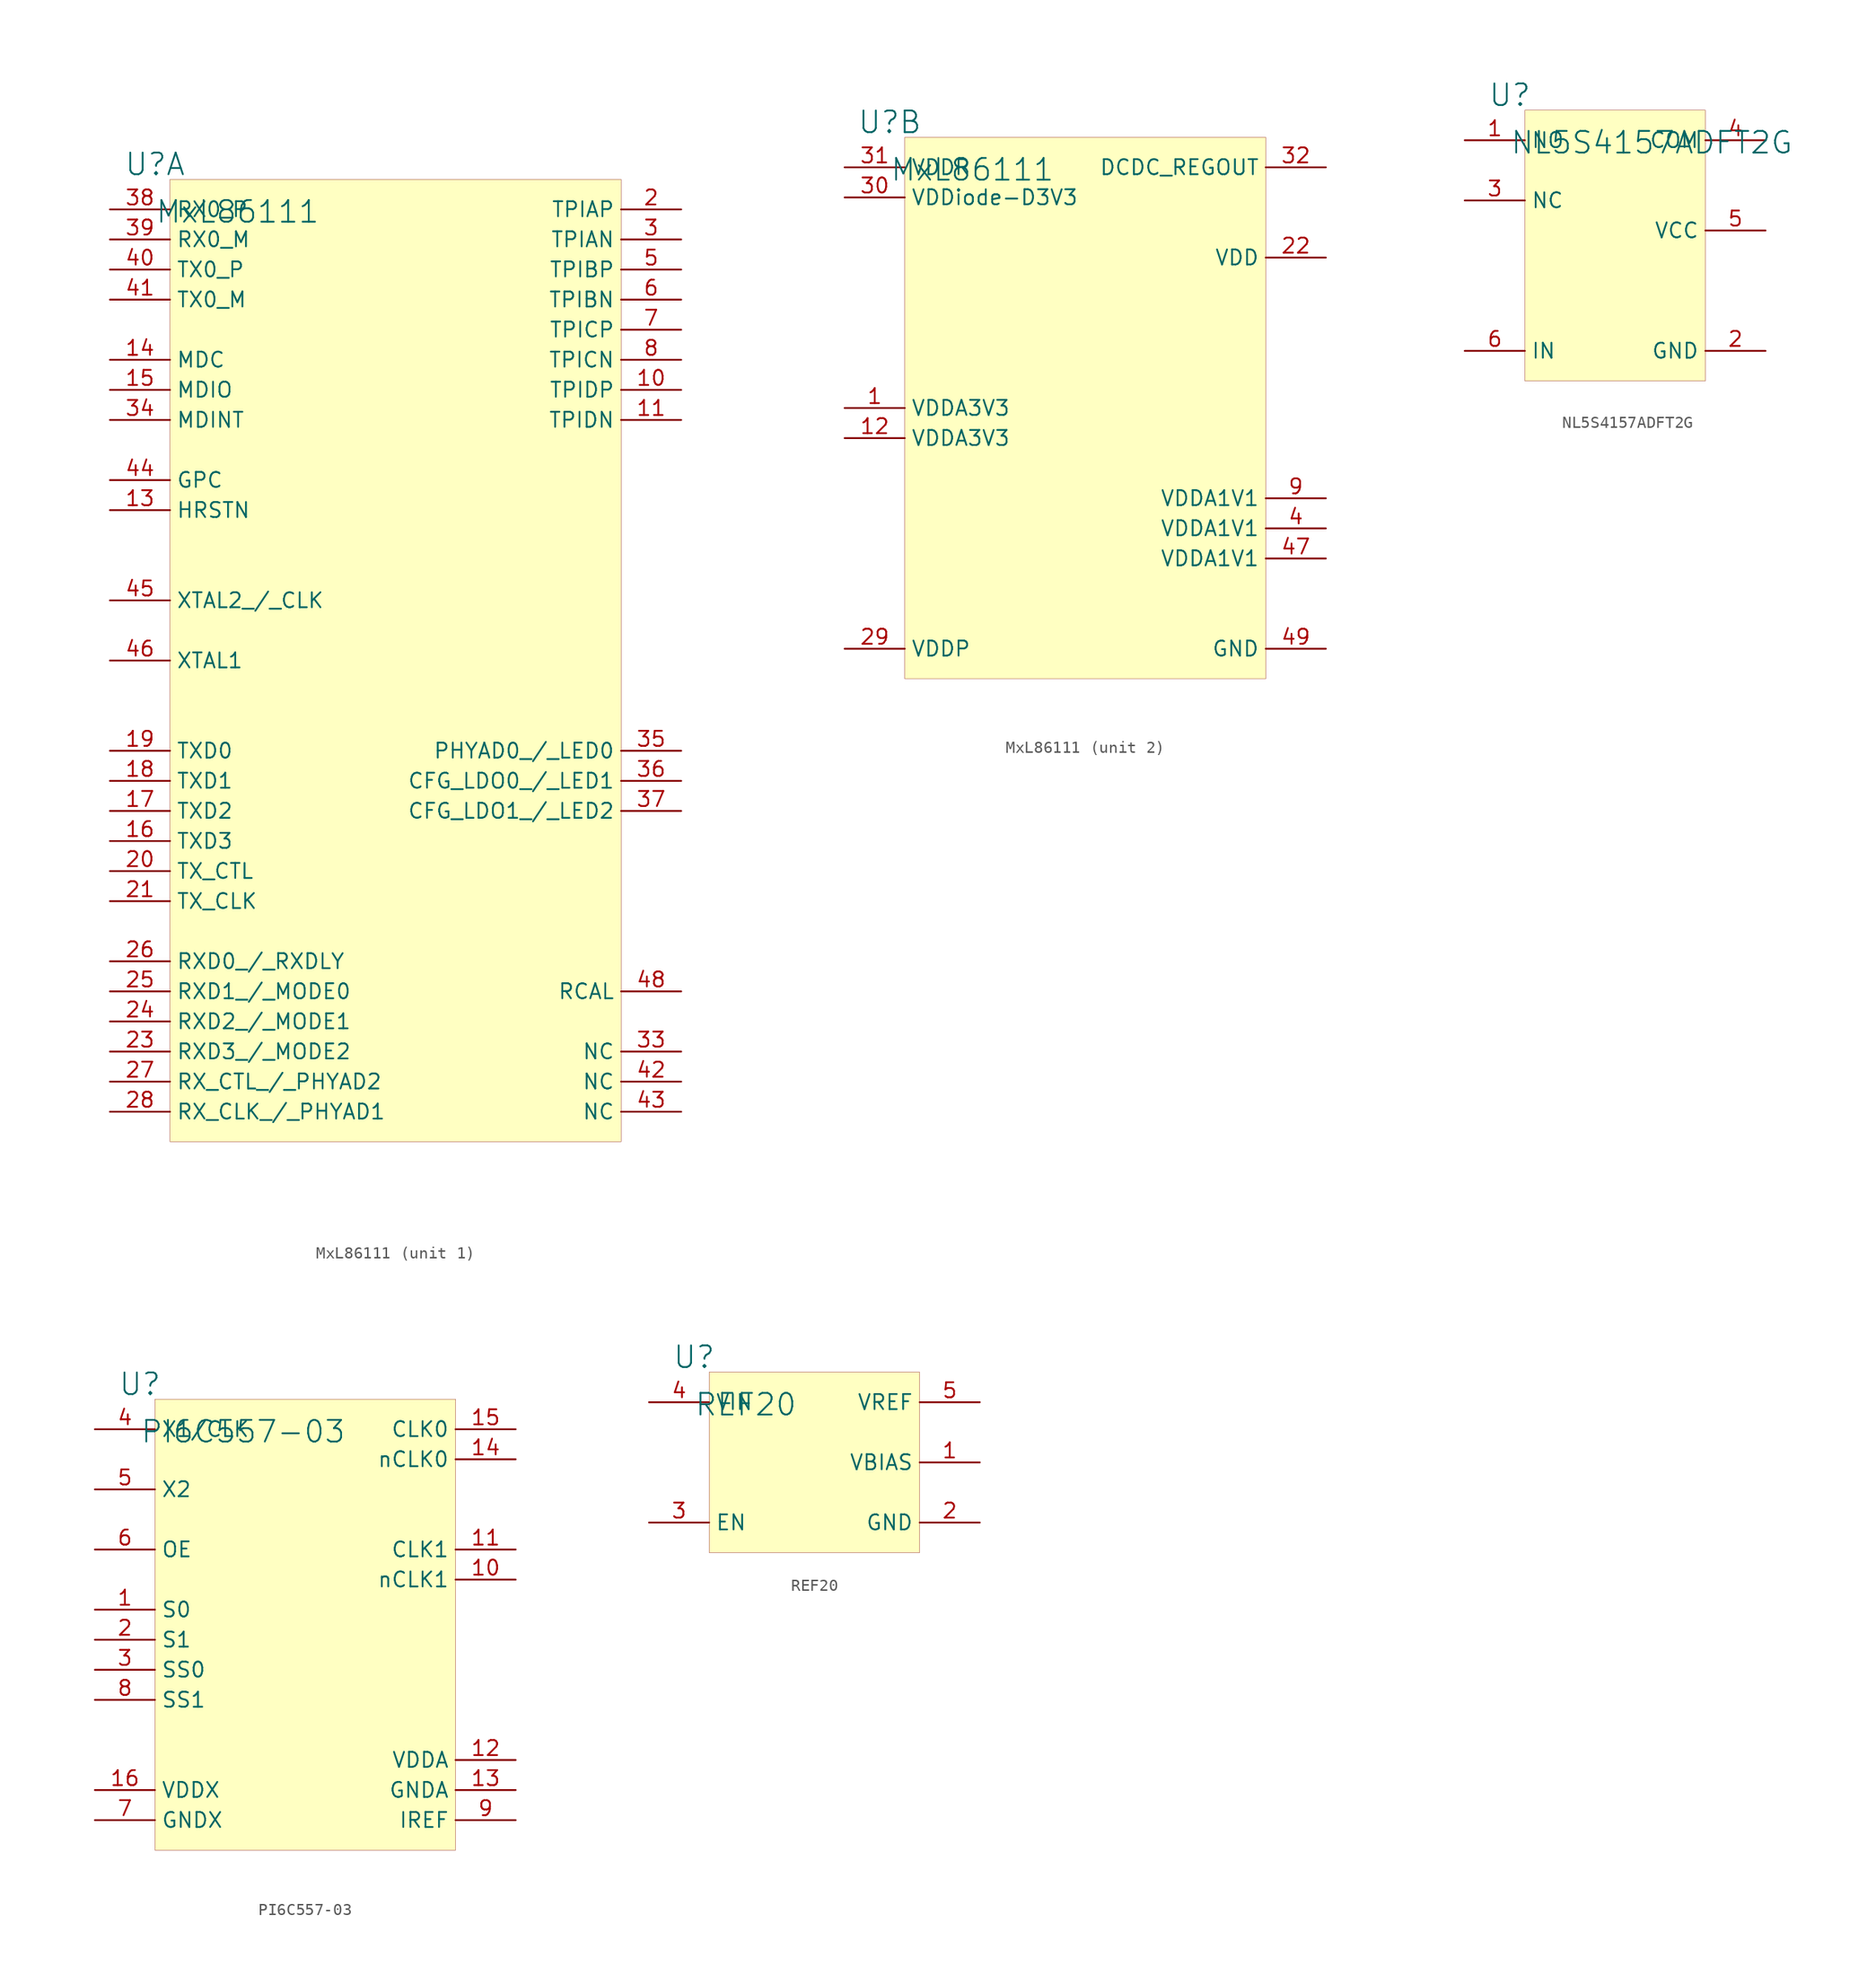
<source format=kicad_sym>
(kicad_symbol_lib
  (version 20231120)
  (generator "kicad_symbol_editor")
  (generator_version "8.0")
  (symbol "MxL86111"
    (property "Reference" "U"
      (at -1.27 1.27 0)
      (effects (font (size 1.829 1.829))))
    (property "Value" "MxL86111"
      (at -1.27 -3.81 0)
      (effects (font (size 1.829 1.829)) (justify left bottom)))
    (symbol "MxL86111_1_0"
      (rectangle (start 38.1 0) (end 0 -81.28) (stroke (width 0.025) (type solid) (color 128 0 0 1)) (fill (type background)))
      (pin passive line (at 43.18 -17.78 180) (length 5.08) (name "TPIDP" (effects (font (size 1.27 1.27)))) (number "10" (effects (font (size 1.27 1.27)))))
      (pin passive line (at 43.18 -20.32 180) (length 5.08) (name "TPIDN" (effects (font (size 1.27 1.27)))) (number "11" (effects (font (size 1.27 1.27)))))
      (pin passive line (at -5.08 -27.94 0) (length 5.08) (name "HRSTN" (effects (font (size 1.27 1.27)))) (number "13" (effects (font (size 1.27 1.27)))))
      (pin passive line (at -5.08 -15.24 0) (length 5.08) (name "MDC" (effects (font (size 1.27 1.27)))) (number "14" (effects (font (size 1.27 1.27)))))
      (pin passive line (at -5.08 -17.78 0) (length 5.08) (name "MDIO" (effects (font (size 1.27 1.27)))) (number "15" (effects (font (size 1.27 1.27)))))
      (pin passive line (at -5.08 -55.88 0) (length 5.08) (name "TXD3" (effects (font (size 1.27 1.27)))) (number "16" (effects (font (size 1.27 1.27)))))
      (pin passive line (at -5.08 -53.34 0) (length 5.08) (name "TXD2" (effects (font (size 1.27 1.27)))) (number "17" (effects (font (size 1.27 1.27)))))
      (pin passive line (at -5.08 -50.8 0) (length 5.08) (name "TXD1" (effects (font (size 1.27 1.27)))) (number "18" (effects (font (size 1.27 1.27)))))
      (pin passive line (at -5.08 -48.26 0) (length 5.08) (name "TXD0" (effects (font (size 1.27 1.27)))) (number "19" (effects (font (size 1.27 1.27)))))
      (pin passive line (at 43.18 -2.54 180) (length 5.08) (name "TPIAP" (effects (font (size 1.27 1.27)))) (number "2" (effects (font (size 1.27 1.27)))))
      (pin passive line (at -5.08 -58.42 0) (length 5.08) (name "TX_CTL" (effects (font (size 1.27 1.27)))) (number "20" (effects (font (size 1.27 1.27)))))
      (pin passive line (at -5.08 -60.96 0) (length 5.08) (name "TX_CLK" (effects (font (size 1.27 1.27)))) (number "21" (effects (font (size 1.27 1.27)))))
      (pin passive line (at -5.08 -73.66 0) (length 5.08) (name "RXD3_/_MODE2" (effects (font (size 1.27 1.27)))) (number "23" (effects (font (size 1.27 1.27)))))
      (pin passive line (at -5.08 -71.12 0) (length 5.08) (name "RXD2_/_MODE1" (effects (font (size 1.27 1.27)))) (number "24" (effects (font (size 1.27 1.27)))))
      (pin passive line (at -5.08 -68.58 0) (length 5.08) (name "RXD1_/_MODE0" (effects (font (size 1.27 1.27)))) (number "25" (effects (font (size 1.27 1.27)))))
      (pin passive line (at -5.08 -66.04 0) (length 5.08) (name "RXD0_/_RXDLY" (effects (font (size 1.27 1.27)))) (number "26" (effects (font (size 1.27 1.27)))))
      (pin passive line (at -5.08 -76.2 0) (length 5.08) (name "RX_CTL_/_PHYAD2" (effects (font (size 1.27 1.27)))) (number "27" (effects (font (size 1.27 1.27)))))
      (pin passive line (at -5.08 -78.74 0) (length 5.08) (name "RX_CLK_/_PHYAD1" (effects (font (size 1.27 1.27)))) (number "28" (effects (font (size 1.27 1.27)))))
      (pin passive line (at 43.18 -5.08 180) (length 5.08) (name "TPIAN" (effects (font (size 1.27 1.27)))) (number "3" (effects (font (size 1.27 1.27)))))
      (pin passive line (at 43.18 -73.66 180) (length 5.08) (name "NC" (effects (font (size 1.27 1.27)))) (number "33" (effects (font (size 1.27 1.27)))))
      (pin passive line (at -5.08 -20.32 0) (length 5.08) (name "MDINT" (effects (font (size 1.27 1.27)))) (number "34" (effects (font (size 1.27 1.27)))))
      (pin passive line (at 43.18 -48.26 180) (length 5.08) (name "PHYAD0_/_LED0" (effects (font (size 1.27 1.27)))) (number "35" (effects (font (size 1.27 1.27)))))
      (pin passive line (at 43.18 -50.8 180) (length 5.08) (name "CFG_LDO0_/_LED1" (effects (font (size 1.27 1.27)))) (number "36" (effects (font (size 1.27 1.27)))))
      (pin passive line (at 43.18 -53.34 180) (length 5.08) (name "CFG_LDO1_/_LED2" (effects (font (size 1.27 1.27)))) (number "37" (effects (font (size 1.27 1.27)))))
      (pin passive line (at -5.08 -2.54 0) (length 5.08) (name "RX0_P" (effects (font (size 1.27 1.27)))) (number "38" (effects (font (size 1.27 1.27)))))
      (pin passive line (at -5.08 -5.08 0) (length 5.08) (name "RX0_M" (effects (font (size 1.27 1.27)))) (number "39" (effects (font (size 1.27 1.27)))))
      (pin passive line (at -5.08 -7.62 0) (length 5.08) (name "TX0_P" (effects (font (size 1.27 1.27)))) (number "40" (effects (font (size 1.27 1.27)))))
      (pin passive line (at -5.08 -10.16 0) (length 5.08) (name "TX0_M" (effects (font (size 1.27 1.27)))) (number "41" (effects (font (size 1.27 1.27)))))
      (pin passive line (at 43.18 -76.2 180) (length 5.08) (name "NC" (effects (font (size 1.27 1.27)))) (number "42" (effects (font (size 1.27 1.27)))))
      (pin passive line (at 43.18 -78.74 180) (length 5.08) (name "NC" (effects (font (size 1.27 1.27)))) (number "43" (effects (font (size 1.27 1.27)))))
      (pin passive line (at -5.08 -25.4 0) (length 5.08) (name "GPC" (effects (font (size 1.27 1.27)))) (number "44" (effects (font (size 1.27 1.27)))))
      (pin passive line (at -5.08 -35.56 0) (length 5.08) (name "XTAL2_/_CLK" (effects (font (size 1.27 1.27)))) (number "45" (effects (font (size 1.27 1.27)))))
      (pin passive line (at -5.08 -40.64 0) (length 5.08) (name "XTAL1" (effects (font (size 1.27 1.27)))) (number "46" (effects (font (size 1.27 1.27)))))
      (pin passive line (at 43.18 -68.58 180) (length 5.08) (name "RCAL" (effects (font (size 1.27 1.27)))) (number "48" (effects (font (size 1.27 1.27)))))
      (pin passive line (at 43.18 -7.62 180) (length 5.08) (name "TPIBP" (effects (font (size 1.27 1.27)))) (number "5" (effects (font (size 1.27 1.27)))))
      (pin passive line (at 43.18 -10.16 180) (length 5.08) (name "TPIBN" (effects (font (size 1.27 1.27)))) (number "6" (effects (font (size 1.27 1.27)))))
      (pin passive line (at 43.18 -12.7 180) (length 5.08) (name "TPICP" (effects (font (size 1.27 1.27)))) (number "7" (effects (font (size 1.27 1.27)))))
      (pin passive line (at 43.18 -15.24 180) (length 5.08) (name "TPICN" (effects (font (size 1.27 1.27)))) (number "8" (effects (font (size 1.27 1.27))))))
    (symbol "MxL86111_2_0"
      (rectangle (start 30.48 0) (end 0 -45.72) (stroke (width 0.025) (type solid) (color 128 0 0 1)) (fill (type background)))
      (pin passive line (at -5.08 -22.86 0) (length 5.08) (name "VDDA3V3" (effects (font (size 1.27 1.27)))) (number "1" (effects (font (size 1.27 1.27)))))
      (pin passive line (at -5.08 -25.4 0) (length 5.08) (name "VDDA3V3" (effects (font (size 1.27 1.27)))) (number "12" (effects (font (size 1.27 1.27)))))
      (pin passive line (at 35.56 -10.16 180) (length 5.08) (name "VDD" (effects (font (size 1.27 1.27)))) (number "22" (effects (font (size 1.27 1.27)))))
      (pin passive line (at -5.08 -43.18 0) (length 5.08) (name "VDDP" (effects (font (size 1.27 1.27)))) (number "29" (effects (font (size 1.27 1.27)))))
      (pin passive line (at -5.08 -5.08 0) (length 5.08) (name "VDDiode-D3V3" (effects (font (size 1.27 1.27)))) (number "30" (effects (font (size 1.27 1.27)))))
      (pin passive line (at -5.08 -2.54 0) (length 5.08) (name "VDDR" (effects (font (size 1.27 1.27)))) (number "31" (effects (font (size 1.27 1.27)))))
      (pin passive line (at 35.56 -2.54 180) (length 5.08) (name "DCDC_REGOUT" (effects (font (size 1.27 1.27)))) (number "32" (effects (font (size 1.27 1.27)))))
      (pin passive line (at 35.56 -33.02 180) (length 5.08) (name "VDDA1V1" (effects (font (size 1.27 1.27)))) (number "4" (effects (font (size 1.27 1.27)))))
      (pin passive line (at 35.56 -35.56 180) (length 5.08) (name "VDDA1V1" (effects (font (size 1.27 1.27)))) (number "47" (effects (font (size 1.27 1.27)))))
      (pin passive line (at 35.56 -43.18 180) (length 5.08) (name "GND" (effects (font (size 1.27 1.27)))) (number "49" (effects (font (size 1.27 1.27)))))
      (pin passive line (at 35.56 -30.48 180) (length 5.08) (name "VDDA1V1" (effects (font (size 1.27 1.27)))) (number "9" (effects (font (size 1.27 1.27)))))))
  (symbol "NL5S4157ADFT2G"
    (property "Reference" "U"
      (at -1.27 1.27 0)
      (effects (font (size 1.829 1.829))))
    (property "Value" "NL5S4157ADFT2G"
      (at -1.27 -3.81 0)
      (effects (font (size 1.829 1.829)) (justify left bottom)))
    (symbol "NL5S4157ADFT2G_1_0"
      (rectangle (start 15.24 0) (end 0 -22.86) (stroke (width 0.025) (type solid) (color 128 0 0 1)) (fill (type background)))
      (pin passive line (at -5.08 -2.54 0) (length 5.08) (name "NO" (effects (font (size 1.27 1.27)))) (number "1" (effects (font (size 1.27 1.27)))))
      (pin passive line (at 20.32 -20.32 180) (length 5.08) (name "GND" (effects (font (size 1.27 1.27)))) (number "2" (effects (font (size 1.27 1.27)))))
      (pin passive line (at -5.08 -7.62 0) (length 5.08) (name "NC" (effects (font (size 1.27 1.27)))) (number "3" (effects (font (size 1.27 1.27)))))
      (pin passive line (at 20.32 -2.54 180) (length 5.08) (name "COM" (effects (font (size 1.27 1.27)))) (number "4" (effects (font (size 1.27 1.27)))))
      (pin passive line (at 20.32 -10.16 180) (length 5.08) (name "VCC" (effects (font (size 1.27 1.27)))) (number "5" (effects (font (size 1.27 1.27)))))
      (pin passive line (at -5.08 -20.32 0) (length 5.08) (name "IN" (effects (font (size 1.27 1.27)))) (number "6" (effects (font (size 1.27 1.27)))))))
  (symbol "PI6C557-03"
    (property "Reference" "U"
      (at -1.27 1.27 0)
      (effects (font (size 1.829 1.829))))
    (property "Value" "PI6C557-03"
      (at -1.27 -3.81 0)
      (effects (font (size 1.829 1.829)) (justify left bottom)))
    (symbol "PI6C557-03_1_0"
      (rectangle (start 25.4 0) (end 0 -38.1) (stroke (width 0.025) (type solid) (color 128 0 0 1)) (fill (type background)))
      (pin passive line (at -5.08 -17.78 0) (length 5.08) (name "S0" (effects (font (size 1.27 1.27)))) (number "1" (effects (font (size 1.27 1.27)))))
      (pin passive line (at 30.48 -15.24 180) (length 5.08) (name "nCLK1" (effects (font (size 1.27 1.27)))) (number "10" (effects (font (size 1.27 1.27)))))
      (pin passive line (at 30.48 -12.7 180) (length 5.08) (name "CLK1" (effects (font (size 1.27 1.27)))) (number "11" (effects (font (size 1.27 1.27)))))
      (pin passive line (at 30.48 -30.48 180) (length 5.08) (name "VDDA" (effects (font (size 1.27 1.27)))) (number "12" (effects (font (size 1.27 1.27)))))
      (pin passive line (at 30.48 -33.02 180) (length 5.08) (name "GNDA" (effects (font (size 1.27 1.27)))) (number "13" (effects (font (size 1.27 1.27)))))
      (pin passive line (at 30.48 -5.08 180) (length 5.08) (name "nCLK0" (effects (font (size 1.27 1.27)))) (number "14" (effects (font (size 1.27 1.27)))))
      (pin passive line (at 30.48 -2.54 180) (length 5.08) (name "CLK0" (effects (font (size 1.27 1.27)))) (number "15" (effects (font (size 1.27 1.27)))))
      (pin passive line (at -5.08 -33.02 0) (length 5.08) (name "VDDX" (effects (font (size 1.27 1.27)))) (number "16" (effects (font (size 1.27 1.27)))))
      (pin passive line (at -5.08 -20.32 0) (length 5.08) (name "S1" (effects (font (size 1.27 1.27)))) (number "2" (effects (font (size 1.27 1.27)))))
      (pin passive line (at -5.08 -22.86 0) (length 5.08) (name "SS0" (effects (font (size 1.27 1.27)))) (number "3" (effects (font (size 1.27 1.27)))))
      (pin passive line (at -5.08 -2.54 0) (length 5.08) (name "X1/CLK" (effects (font (size 1.27 1.27)))) (number "4" (effects (font (size 1.27 1.27)))))
      (pin passive line (at -5.08 -7.62 0) (length 5.08) (name "X2" (effects (font (size 1.27 1.27)))) (number "5" (effects (font (size 1.27 1.27)))))
      (pin passive line (at -5.08 -12.7 0) (length 5.08) (name "OE" (effects (font (size 1.27 1.27)))) (number "6" (effects (font (size 1.27 1.27)))))
      (pin passive line (at -5.08 -35.56 0) (length 5.08) (name "GNDX" (effects (font (size 1.27 1.27)))) (number "7" (effects (font (size 1.27 1.27)))))
      (pin passive line (at -5.08 -25.4 0) (length 5.08) (name "SS1" (effects (font (size 1.27 1.27)))) (number "8" (effects (font (size 1.27 1.27)))))
      (pin passive line (at 30.48 -35.56 180) (length 5.08) (name "IREF" (effects (font (size 1.27 1.27)))) (number "9" (effects (font (size 1.27 1.27)))))))
  (symbol "REF20"
    (property "Reference" "U"
      (at -1.27 1.27 0)
      (effects (font (size 1.829 1.829))))
    (property "Value" "REF20"
      (at -1.27 -3.81 0)
      (effects (font (size 1.829 1.829)) (justify left bottom)))
    (symbol "REF20_1_0"
      (rectangle (start 17.78 0) (end 0 -15.24) (stroke (width 0.025) (type solid) (color 128 0 0 1)) (fill (type background)))
      (pin passive line (at 22.86 -7.62 180) (length 5.08) (name "VBIAS" (effects (font (size 1.27 1.27)))) (number "1" (effects (font (size 1.27 1.27)))))
      (pin passive line (at 22.86 -12.7 180) (length 5.08) (name "GND" (effects (font (size 1.27 1.27)))) (number "2" (effects (font (size 1.27 1.27)))))
      (pin passive line (at -5.08 -12.7 0) (length 5.08) (name "EN" (effects (font (size 1.27 1.27)))) (number "3" (effects (font (size 1.27 1.27)))))
      (pin passive line (at -5.08 -2.54 0) (length 5.08) (name "VIN" (effects (font (size 1.27 1.27)))) (number "4" (effects (font (size 1.27 1.27)))))
      (pin passive line (at 22.86 -2.54 180) (length 5.08) (name "VREF" (effects (font (size 1.27 1.27)))) (number "5" (effects (font (size 1.27 1.27))))))))
</source>
